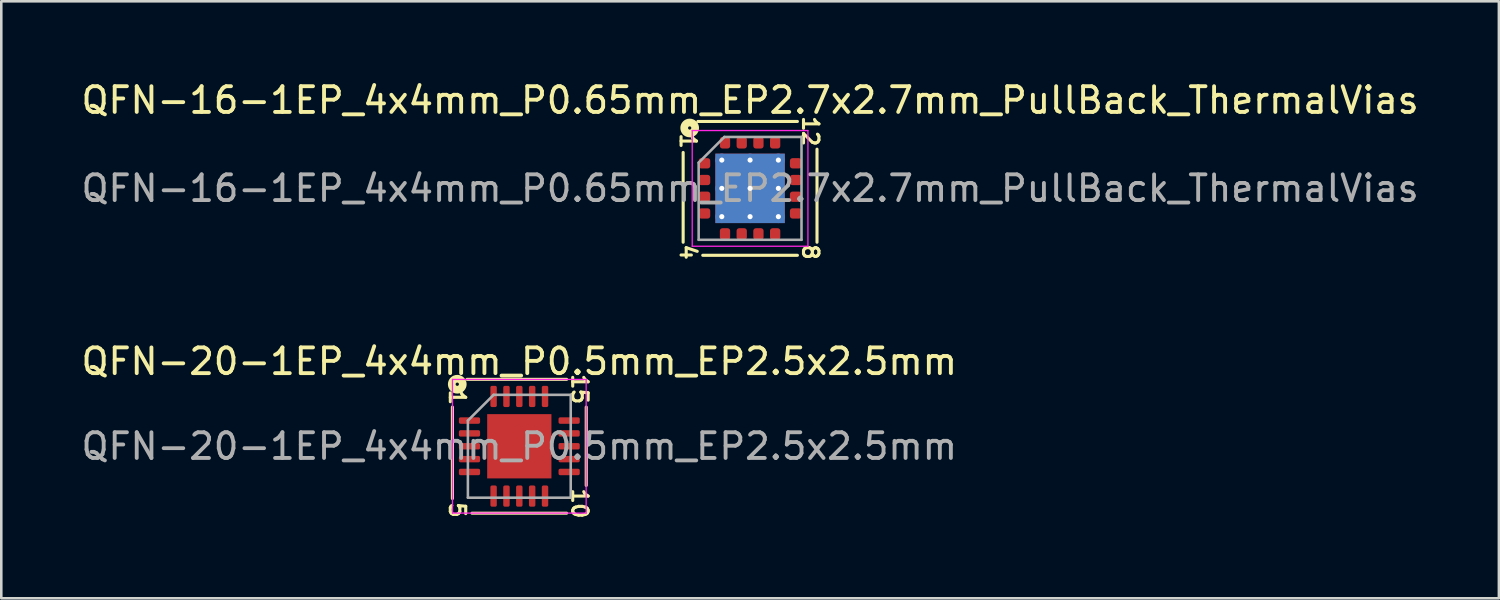
<source format=kicad_pcb>
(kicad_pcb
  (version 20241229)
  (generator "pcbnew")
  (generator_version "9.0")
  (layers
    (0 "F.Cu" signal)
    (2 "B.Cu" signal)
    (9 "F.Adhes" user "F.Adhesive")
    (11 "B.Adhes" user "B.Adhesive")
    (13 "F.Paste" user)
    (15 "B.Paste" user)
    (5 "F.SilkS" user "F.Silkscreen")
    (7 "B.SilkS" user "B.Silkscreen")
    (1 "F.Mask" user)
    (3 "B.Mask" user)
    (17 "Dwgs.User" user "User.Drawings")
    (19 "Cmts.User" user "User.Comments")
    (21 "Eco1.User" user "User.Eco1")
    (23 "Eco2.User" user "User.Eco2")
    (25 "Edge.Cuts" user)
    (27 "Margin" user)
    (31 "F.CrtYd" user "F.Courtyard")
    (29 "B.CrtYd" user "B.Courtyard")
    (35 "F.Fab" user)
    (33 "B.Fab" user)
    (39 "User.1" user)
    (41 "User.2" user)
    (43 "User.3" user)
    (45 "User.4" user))
  (footprint "QFN-20-1EP_4x4mm_P0.5mm_EP2.5x2.5mm"
    (layer "F.Cu")
    (at 17.149 14.308)
    (property "Reference" "QFN-20-1EP_4x4mm_P0.5mm_EP2.5x2.5mm" (at 0 -3.3 0) (layer "F.SilkS") (effects (font (size 1 1) (thickness 0.15))))
    (attr smd)
    (fp_line (start -2.603 -1.524) (end -2.603 2.032) (stroke (width 0.12) (type solid)) (layer "F.SilkS"))
    (fp_line (start -1.841 2.603) (end 1.841 2.603) (stroke (width 0.12) (type solid)) (layer "F.SilkS"))
    (fp_line (start 1.841 -2.603) (end -2.032 -2.603) (stroke (width 0.12) (type solid)) (layer "F.SilkS"))
    (fp_line (start 2.603 1.524) (end 2.603 -1.524) (stroke (width 0.12) (type solid)) (layer "F.SilkS"))
    (fp_circle (center -2.413 -2.413) (end -2.349 -2.413) (stroke (width 0.3) (type solid)) (fill no) (layer "F.SilkS"))
    (fp_line (start -2.6 -2.6) (end -2.6 2.6) (stroke (width 0.05) (type solid)) (layer "F.CrtYd"))
    (fp_line (start -2.6 2.6) (end 2.6 2.6) (stroke (width 0.05) (type solid)) (layer "F.CrtYd"))
    (fp_line (start 2.6 -2.6) (end -2.6 -2.6) (stroke (width 0.05) (type solid)) (layer "F.CrtYd"))
    (fp_line (start 2.6 2.6) (end 2.6 -2.6) (stroke (width 0.05) (type solid)) (layer "F.CrtYd"))
    (fp_line (start -2 -1) (end -1 -2) (stroke (width 0.1) (type solid)) (layer "F.Fab"))
    (fp_line (start -2 2) (end -2 -1) (stroke (width 0.1) (type solid)) (layer "F.Fab"))
    (fp_line (start -1 -2) (end 2 -2) (stroke (width 0.1) (type solid)) (layer "F.Fab"))
    (fp_line (start 2 -2) (end 2 2) (stroke (width 0.1) (type solid)) (layer "F.Fab"))
    (fp_line (start 2 2) (end -2 2) (stroke (width 0.1) (type solid)) (layer "F.Fab"))
    (fp_text user "5" (at -2.413 2.477 270) (unlocked yes) (layer "F.SilkS") (effects (font (size 0.6 0.6) (thickness 0.12))))
    (fp_text user "15" (at 2.349 -2.223 270) (unlocked yes) (layer "F.SilkS") (effects (font (size 0.6 0.6) (thickness 0.12))))
    (fp_text user "1" (at -2.413 -1.905 270) (unlocked yes) (layer "F.SilkS") (effects (font (size 0.6 0.6) (thickness 0.12))))
    (fp_text user "10" (at 2.349 2.223 270) (unlocked yes) (layer "F.SilkS") (effects (font (size 0.6 0.6) (thickness 0.12))))
    (fp_text user "${REFERENCE}" (at 0 0 0) (layer "F.Fab") (effects (font (size 1 1) (thickness 0.15))))
    (pad "" smd roundrect (at -0.625 -0.625) (size 1.01 1.01) (layers "F.Paste") (roundrect_rratio 0.248))
    (pad "" smd roundrect (at -0.625 0.625) (size 1.01 1.01) (layers "F.Paste") (roundrect_rratio 0.248))
    (pad "" smd roundrect (at 0.625 -0.625) (size 1.01 1.01) (layers "F.Paste") (roundrect_rratio 0.248))
    (pad "" smd roundrect (at 0.625 0.625) (size 1.01 1.01) (layers "F.Paste") (roundrect_rratio 0.248))
    (pad "1" smd roundrect (at -1.938 -1) (size 0.825 0.25) (layers "F.Cu" "F.Mask" "F.Paste") (roundrect_rratio 0.25))
    (pad "2" smd roundrect (at -1.938 -0.5) (size 0.825 0.25) (layers "F.Cu" "F.Mask" "F.Paste") (roundrect_rratio 0.25))
    (pad "3" smd roundrect (at -1.938 0) (size 0.825 0.25) (layers "F.Cu" "F.Mask" "F.Paste") (roundrect_rratio 0.25))
    (pad "4" smd roundrect (at -1.938 0.5) (size 0.825 0.25) (layers "F.Cu" "F.Mask" "F.Paste") (roundrect_rratio 0.25))
    (pad "5" smd roundrect (at -1.938 1) (size 0.825 0.25) (layers "F.Cu" "F.Mask" "F.Paste") (roundrect_rratio 0.25))
    (pad "6" smd roundrect (at -1 1.938) (size 0.25 0.825) (layers "F.Cu" "F.Mask" "F.Paste") (roundrect_rratio 0.25))
    (pad "7" smd roundrect (at -0.5 1.938) (size 0.25 0.825) (layers "F.Cu" "F.Mask" "F.Paste") (roundrect_rratio 0.25))
    (pad "8" smd roundrect (at 0 1.938) (size 0.25 0.825) (layers "F.Cu" "F.Mask" "F.Paste") (roundrect_rratio 0.25))
    (pad "9" smd roundrect (at 0.5 1.938) (size 0.25 0.825) (layers "F.Cu" "F.Mask" "F.Paste") (roundrect_rratio 0.25))
    (pad "10" smd roundrect (at 1 1.938) (size 0.25 0.825) (layers "F.Cu" "F.Mask" "F.Paste") (roundrect_rratio 0.25))
    (pad "11" smd roundrect (at 1.938 1) (size 0.825 0.25) (layers "F.Cu" "F.Mask" "F.Paste") (roundrect_rratio 0.25))
    (pad "12" smd roundrect (at 1.938 0.5) (size 0.825 0.25) (layers "F.Cu" "F.Mask" "F.Paste") (roundrect_rratio 0.25))
    (pad "13" smd roundrect (at 1.938 0) (size 0.825 0.25) (layers "F.Cu" "F.Mask" "F.Paste") (roundrect_rratio 0.25))
    (pad "14" smd roundrect (at 1.938 -0.5) (size 0.825 0.25) (layers "F.Cu" "F.Mask" "F.Paste") (roundrect_rratio 0.25))
    (pad "15" smd roundrect (at 1.938 -1) (size 0.825 0.25) (layers "F.Cu" "F.Mask" "F.Paste") (roundrect_rratio 0.25))
    (pad "16" smd roundrect (at 1 -1.938) (size 0.25 0.825) (layers "F.Cu" "F.Mask" "F.Paste") (roundrect_rratio 0.25))
    (pad "17" smd roundrect (at 0.5 -1.938) (size 0.25 0.825) (layers "F.Cu" "F.Mask" "F.Paste") (roundrect_rratio 0.25))
    (pad "18" smd roundrect (at 0 -1.938) (size 0.25 0.825) (layers "F.Cu" "F.Mask" "F.Paste") (roundrect_rratio 0.25))
    (pad "19" smd roundrect (at -0.5 -1.938) (size 0.25 0.825) (layers "F.Cu" "F.Mask" "F.Paste") (roundrect_rratio 0.25))
    (pad "20" smd roundrect (at -1 -1.938) (size 0.25 0.825) (layers "F.Cu" "F.Mask" "F.Paste") (roundrect_rratio 0.25))
    (pad "21" smd rect (at 0 0) (size 2.5 2.5) (layers "F.Cu" "F.Mask")))
  (footprint "QFN-16-1EP_4x4mm_P0.65mm_EP2.7x2.7mm_PullBack_ThermalVias"
    (layer "F.Cu")
    (at 26.125 4.277)
    (property "Reference" "QFN-16-1EP_4x4mm_P0.65mm_EP2.7x2.7mm_PullBack_ThermalVias" (at 0 -3.429 0) (layer "F.SilkS") (effects (font (size 1 1) (thickness 0.15))))
    (attr smd)
    (fp_line (start -2.603 -1.397) (end -2.603 2.095) (stroke (width 0.12) (type solid)) (layer "F.SilkS"))
    (fp_line (start -1.841 2.603) (end 1.841 2.603) (stroke (width 0.12) (type solid)) (layer "F.SilkS"))
    (fp_line (start 1.841 -2.603) (end -2.032 -2.603) (stroke (width 0.12) (type solid)) (layer "F.SilkS"))
    (fp_line (start 2.603 2.095) (end 2.603 -1.524) (stroke (width 0.12) (type solid)) (layer "F.SilkS"))
    (fp_circle (center -2.349 -2.349) (end -2.286 -2.349) (stroke (width 0.3) (type solid)) (fill no) (layer "F.SilkS"))
    (fp_line (start -2.25 -2.25) (end -2.25 2.25) (stroke (width 0.05) (type solid)) (layer "F.CrtYd"))
    (fp_line (start -2.25 2.25) (end 2.25 2.25) (stroke (width 0.05) (type solid)) (layer "F.CrtYd"))
    (fp_line (start 2.25 -2.25) (end -2.25 -2.25) (stroke (width 0.05) (type solid)) (layer "F.CrtYd"))
    (fp_line (start 2.25 2.25) (end 2.25 -2.25) (stroke (width 0.05) (type solid)) (layer "F.CrtYd"))
    (fp_line (start -2 -1) (end -1 -2) (stroke (width 0.1) (type solid)) (layer "F.Fab"))
    (fp_line (start -2 2) (end -2 -1) (stroke (width 0.1) (type solid)) (layer "F.Fab"))
    (fp_line (start -1 -2) (end 2 -2) (stroke (width 0.1) (type solid)) (layer "F.Fab"))
    (fp_line (start 2 -2) (end 2 2) (stroke (width 0.1) (type solid)) (layer "F.Fab"))
    (fp_line (start 2 2) (end -2 2) (stroke (width 0.1) (type solid)) (layer "F.Fab"))
    (fp_text user "8" (at 2.349 2.477 270) (unlocked yes) (layer "F.SilkS") (effects (font (size 0.6 0.6) (thickness 0.12))))
    (fp_text user "4" (at -2.413 2.477 270) (unlocked yes) (layer "F.SilkS") (effects (font (size 0.6 0.6) (thickness 0.12))))
    (fp_text user "12" (at 2.349 -2.223 270) (unlocked yes) (layer "F.SilkS") (effects (font (size 0.6 0.6) (thickness 0.12))))
    (fp_text user "1" (at -2.413 -1.841 270) (unlocked yes) (layer "F.SilkS") (effects (font (size 0.6 0.6) (thickness 0.12))))
    (fp_text user "${REFERENCE}" (at 0 0 0) (layer "F.Fab") (effects (font (size 1 1) (thickness 0.15))))
    (pad "" smd roundrect (at -0.675 -0.675) (size 1.17 1.17) (layers "F.Paste") (roundrect_rratio 0.214))
    (pad "" smd roundrect (at -0.675 0.675) (size 1.17 1.17) (layers "F.Paste") (roundrect_rratio 0.214))
    (pad "" smd roundrect (at 0.675 -0.675) (size 1.17 1.17) (layers "F.Paste") (roundrect_rratio 0.214))
    (pad "" smd roundrect (at 0.675 0.675) (size 1.17 1.17) (layers "F.Paste") (roundrect_rratio 0.214))
    (pad "1" smd roundrect (at -1.775 -0.975) (size 0.45 0.4) (layers "F.Cu" "F.Mask" "F.Paste") (roundrect_rratio 0.25))
    (pad "2" smd roundrect (at -1.775 -0.325) (size 0.45 0.4) (layers "F.Cu" "F.Mask" "F.Paste") (roundrect_rratio 0.25))
    (pad "3" smd roundrect (at -1.775 0.325) (size 0.45 0.4) (layers "F.Cu" "F.Mask" "F.Paste") (roundrect_rratio 0.25))
    (pad "4" smd roundrect (at -1.775 0.975) (size 0.45 0.4) (layers "F.Cu" "F.Mask" "F.Paste") (roundrect_rratio 0.25))
    (pad "5" smd roundrect (at -0.975 1.775) (size 0.4 0.45) (layers "F.Cu" "F.Mask" "F.Paste") (roundrect_rratio 0.25))
    (pad "6" smd roundrect (at -0.325 1.775) (size 0.4 0.45) (layers "F.Cu" "F.Mask" "F.Paste") (roundrect_rratio 0.25))
    (pad "7" smd roundrect (at 0.325 1.775) (size 0.4 0.45) (layers "F.Cu" "F.Mask" "F.Paste") (roundrect_rratio 0.25))
    (pad "8" smd roundrect (at 0.975 1.775) (size 0.4 0.45) (layers "F.Cu" "F.Mask" "F.Paste") (roundrect_rratio 0.25))
    (pad "9" smd roundrect (at 1.775 0.975) (size 0.45 0.4) (layers "F.Cu" "F.Mask" "F.Paste") (roundrect_rratio 0.25))
    (pad "10" smd roundrect (at 1.775 0.325) (size 0.45 0.4) (layers "F.Cu" "F.Mask" "F.Paste") (roundrect_rratio 0.25))
    (pad "11" smd roundrect (at 1.775 -0.325) (size 0.45 0.4) (layers "F.Cu" "F.Mask" "F.Paste") (roundrect_rratio 0.25))
    (pad "12" smd roundrect (at 1.775 -0.975) (size 0.45 0.4) (layers "F.Cu" "F.Mask" "F.Paste") (roundrect_rratio 0.25))
    (pad "13" smd roundrect (at 0.975 -1.775) (size 0.4 0.45) (layers "F.Cu" "F.Mask" "F.Paste") (roundrect_rratio 0.25))
    (pad "14" smd roundrect (at 0.325 -1.775) (size 0.4 0.45) (layers "F.Cu" "F.Mask" "F.Paste") (roundrect_rratio 0.25))
    (pad "15" smd roundrect (at -0.325 -1.775) (size 0.4 0.45) (layers "F.Cu" "F.Mask" "F.Paste") (roundrect_rratio 0.25))
    (pad "16" smd roundrect (at -0.975 -1.775) (size 0.4 0.45) (layers "F.Cu" "F.Mask" "F.Paste") (roundrect_rratio 0.25))
    (pad "17" thru_hole circle (at -1.1 -1.1) (size 0.5 0.5) (drill 0.2) (layers "*.Cu"))
    (pad "17" thru_hole circle (at -1.1 0) (size 0.5 0.5) (drill 0.2) (layers "*.Cu"))
    (pad "17" thru_hole circle (at -1.1 1.1) (size 0.5 0.5) (drill 0.2) (layers "*.Cu"))
    (pad "17" thru_hole circle (at 0 -1.1) (size 0.5 0.5) (drill 0.2) (layers "*.Cu"))
    (pad "17" thru_hole circle (at 0 0) (size 0.5 0.5) (drill 0.2) (layers "*.Cu"))
    (pad "17" smd rect (at 0 0) (size 2.7 2.7) (layers "F.Cu" "F.Mask"))
    (pad "17" smd rect (at 0 0) (size 2.7 2.7) (layers "B.Cu" "B.Mask"))
    (pad "17" thru_hole circle (at 0 1.1) (size 0.5 0.5) (drill 0.2) (layers "*.Cu"))
    (pad "17" thru_hole circle (at 1.1 -1.1) (size 0.5 0.5) (drill 0.2) (layers "*.Cu"))
    (pad "17" thru_hole circle (at 1.1 0) (size 0.5 0.5) (drill 0.2) (layers "*.Cu"))
    (pad "17" thru_hole circle (at 1.1 1.1) (size 0.5 0.5) (drill 0.2) (layers "*.Cu")))
  (gr_rect
    (start -3 -3)
    (end 55.25 20.222)
    (stroke (width 0.1) (type default))
    (fill no)
    (layer "Edge.Cuts")))
</source>
